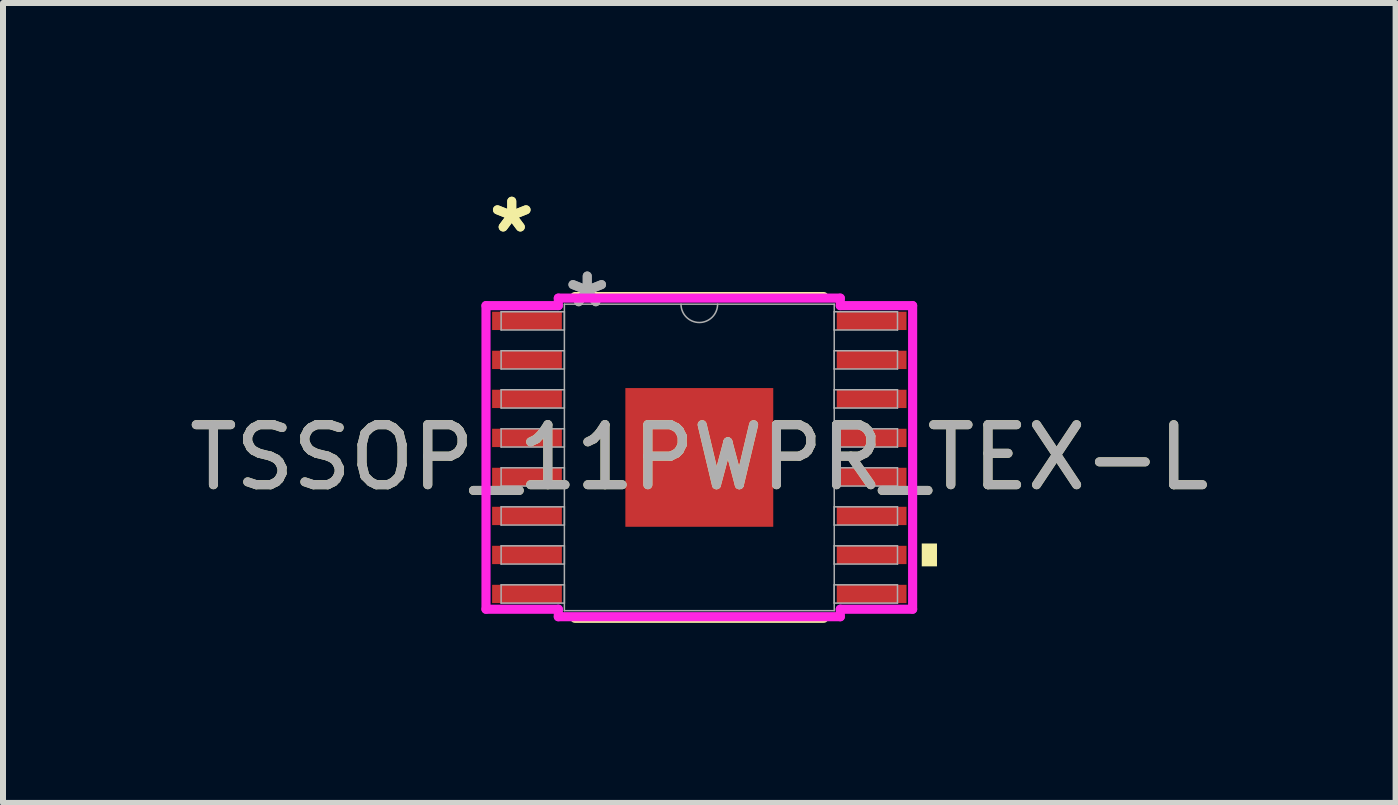
<source format=kicad_pcb>
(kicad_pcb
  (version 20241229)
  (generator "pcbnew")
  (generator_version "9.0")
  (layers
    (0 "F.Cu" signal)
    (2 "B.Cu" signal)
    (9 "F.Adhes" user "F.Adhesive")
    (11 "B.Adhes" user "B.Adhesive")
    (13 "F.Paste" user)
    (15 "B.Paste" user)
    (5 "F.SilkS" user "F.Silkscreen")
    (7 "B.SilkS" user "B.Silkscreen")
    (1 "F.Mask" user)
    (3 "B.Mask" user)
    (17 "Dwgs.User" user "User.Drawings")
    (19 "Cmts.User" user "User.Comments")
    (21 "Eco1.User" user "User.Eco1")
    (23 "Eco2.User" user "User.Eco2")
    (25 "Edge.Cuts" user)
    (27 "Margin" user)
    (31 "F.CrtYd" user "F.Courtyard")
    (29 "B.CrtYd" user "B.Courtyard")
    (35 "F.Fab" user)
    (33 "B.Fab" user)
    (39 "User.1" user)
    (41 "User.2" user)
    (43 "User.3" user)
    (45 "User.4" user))
  (footprint "TSSOP_11PWPR_TEX-L"
    (layer "F.Cu")
    (at 8.601 4.571)
    (property "Reference" "TSSOP_11PWPR_TEX-L" (at 0 0 0) (unlocked yes) (layer "F.SilkS") (effects (font (size 1 1) (thickness 0.15))))
    (attr smd)
    (fp_line (start -2.073 2.68) (end 2.073 2.68) (stroke (width 0.152) (type solid)) (layer "F.SilkS"))
    (fp_line (start 2.073 -2.68) (end -2.073 -2.68) (stroke (width 0.152) (type solid)) (layer "F.SilkS"))
    (fp_poly (pts (xy 3.96 1.434) (xy 3.96 1.815) (xy 3.706 1.815) (xy 3.706 1.434)) (stroke (width 0) (type solid)) (fill yes) (layer "F.SilkS"))
    (fp_line (start -3.554 -2.529) (end -2.349 -2.529) (stroke (width 0.152) (type solid)) (layer "F.CrtYd"))
    (fp_line (start -3.554 2.529) (end -3.554 -2.529) (stroke (width 0.152) (type solid)) (layer "F.CrtYd"))
    (fp_line (start -3.554 2.529) (end -2.349 2.529) (stroke (width 0.152) (type solid)) (layer "F.CrtYd"))
    (fp_line (start -2.349 -2.654) (end 2.349 -2.654) (stroke (width 0.152) (type solid)) (layer "F.CrtYd"))
    (fp_line (start -2.349 -2.529) (end -2.349 -2.654) (stroke (width 0.152) (type solid)) (layer "F.CrtYd"))
    (fp_line (start -2.349 2.654) (end -2.349 2.529) (stroke (width 0.152) (type solid)) (layer "F.CrtYd"))
    (fp_line (start 2.349 -2.654) (end 2.349 -2.529) (stroke (width 0.152) (type solid)) (layer "F.CrtYd"))
    (fp_line (start 2.349 2.529) (end 2.349 2.654) (stroke (width 0.152) (type solid)) (layer "F.CrtYd"))
    (fp_line (start 2.349 2.654) (end -2.349 2.654) (stroke (width 0.152) (type solid)) (layer "F.CrtYd"))
    (fp_line (start 3.554 -2.529) (end 2.349 -2.529) (stroke (width 0.152) (type solid)) (layer "F.CrtYd"))
    (fp_line (start 3.554 -2.529) (end 3.554 2.529) (stroke (width 0.152) (type solid)) (layer "F.CrtYd"))
    (fp_line (start 3.554 2.529) (end 2.349 2.529) (stroke (width 0.152) (type solid)) (layer "F.CrtYd"))
    (fp_line (start -3.302 -2.427) (end -3.302 -2.123) (stroke (width 0.025) (type solid)) (layer "F.Fab"))
    (fp_line (start -3.302 -2.123) (end -2.248 -2.123) (stroke (width 0.025) (type solid)) (layer "F.Fab"))
    (fp_line (start -3.302 -1.777) (end -3.302 -1.473) (stroke (width 0.025) (type solid)) (layer "F.Fab"))
    (fp_line (start -3.302 -1.473) (end -2.248 -1.473) (stroke (width 0.025) (type solid)) (layer "F.Fab"))
    (fp_line (start -3.302 -1.127) (end -3.302 -0.823) (stroke (width 0.025) (type solid)) (layer "F.Fab"))
    (fp_line (start -3.302 -0.823) (end -2.248 -0.823) (stroke (width 0.025) (type solid)) (layer "F.Fab"))
    (fp_line (start -3.302 -0.477) (end -3.302 -0.173) (stroke (width 0.025) (type solid)) (layer "F.Fab"))
    (fp_line (start -3.302 -0.173) (end -2.248 -0.173) (stroke (width 0.025) (type solid)) (layer "F.Fab"))
    (fp_line (start -3.302 0.173) (end -3.302 0.477) (stroke (width 0.025) (type solid)) (layer "F.Fab"))
    (fp_line (start -3.302 0.477) (end -2.248 0.477) (stroke (width 0.025) (type solid)) (layer "F.Fab"))
    (fp_line (start -3.302 0.823) (end -3.302 1.127) (stroke (width 0.025) (type solid)) (layer "F.Fab"))
    (fp_line (start -3.302 1.127) (end -2.248 1.127) (stroke (width 0.025) (type solid)) (layer "F.Fab"))
    (fp_line (start -3.302 1.473) (end -3.302 1.777) (stroke (width 0.025) (type solid)) (layer "F.Fab"))
    (fp_line (start -3.302 1.777) (end -2.248 1.777) (stroke (width 0.025) (type solid)) (layer "F.Fab"))
    (fp_line (start -3.302 2.123) (end -3.302 2.427) (stroke (width 0.025) (type solid)) (layer "F.Fab"))
    (fp_line (start -3.302 2.427) (end -2.248 2.427) (stroke (width 0.025) (type solid)) (layer "F.Fab"))
    (fp_line (start -2.248 -2.553) (end -2.248 2.553) (stroke (width 0.025) (type solid)) (layer "F.Fab"))
    (fp_line (start -2.248 -2.427) (end -3.302 -2.427) (stroke (width 0.025) (type solid)) (layer "F.Fab"))
    (fp_line (start -2.248 -2.123) (end -2.248 -2.427) (stroke (width 0.025) (type solid)) (layer "F.Fab"))
    (fp_line (start -2.248 -1.777) (end -3.302 -1.777) (stroke (width 0.025) (type solid)) (layer "F.Fab"))
    (fp_line (start -2.248 -1.473) (end -2.248 -1.777) (stroke (width 0.025) (type solid)) (layer "F.Fab"))
    (fp_line (start -2.248 -1.127) (end -3.302 -1.127) (stroke (width 0.025) (type solid)) (layer "F.Fab"))
    (fp_line (start -2.248 -0.823) (end -2.248 -1.127) (stroke (width 0.025) (type solid)) (layer "F.Fab"))
    (fp_line (start -2.248 -0.477) (end -3.302 -0.477) (stroke (width 0.025) (type solid)) (layer "F.Fab"))
    (fp_line (start -2.248 -0.173) (end -2.248 -0.477) (stroke (width 0.025) (type solid)) (layer "F.Fab"))
    (fp_line (start -2.248 0.173) (end -3.302 0.173) (stroke (width 0.025) (type solid)) (layer "F.Fab"))
    (fp_line (start -2.248 0.477) (end -2.248 0.173) (stroke (width 0.025) (type solid)) (layer "F.Fab"))
    (fp_line (start -2.248 0.823) (end -3.302 0.823) (stroke (width 0.025) (type solid)) (layer "F.Fab"))
    (fp_line (start -2.248 1.127) (end -2.248 0.823) (stroke (width 0.025) (type solid)) (layer "F.Fab"))
    (fp_line (start -2.248 1.473) (end -3.302 1.473) (stroke (width 0.025) (type solid)) (layer "F.Fab"))
    (fp_line (start -2.248 1.777) (end -2.248 1.473) (stroke (width 0.025) (type solid)) (layer "F.Fab"))
    (fp_line (start -2.248 2.123) (end -3.302 2.123) (stroke (width 0.025) (type solid)) (layer "F.Fab"))
    (fp_line (start -2.248 2.427) (end -2.248 2.123) (stroke (width 0.025) (type solid)) (layer "F.Fab"))
    (fp_line (start -2.248 2.553) (end 2.248 2.553) (stroke (width 0.025) (type solid)) (layer "F.Fab"))
    (fp_line (start 2.248 -2.553) (end -2.248 -2.553) (stroke (width 0.025) (type solid)) (layer "F.Fab"))
    (fp_line (start 2.248 -2.427) (end 2.248 -2.123) (stroke (width 0.025) (type solid)) (layer "F.Fab"))
    (fp_line (start 2.248 -2.123) (end 3.302 -2.123) (stroke (width 0.025) (type solid)) (layer "F.Fab"))
    (fp_line (start 2.248 -1.777) (end 2.248 -1.473) (stroke (width 0.025) (type solid)) (layer "F.Fab"))
    (fp_line (start 2.248 -1.473) (end 3.302 -1.473) (stroke (width 0.025) (type solid)) (layer "F.Fab"))
    (fp_line (start 2.248 -1.127) (end 2.248 -0.823) (stroke (width 0.025) (type solid)) (layer "F.Fab"))
    (fp_line (start 2.248 -0.823) (end 3.302 -0.823) (stroke (width 0.025) (type solid)) (layer "F.Fab"))
    (fp_line (start 2.248 -0.477) (end 2.248 -0.173) (stroke (width 0.025) (type solid)) (layer "F.Fab"))
    (fp_line (start 2.248 -0.173) (end 3.302 -0.173) (stroke (width 0.025) (type solid)) (layer "F.Fab"))
    (fp_line (start 2.248 0.173) (end 2.248 0.477) (stroke (width 0.025) (type solid)) (layer "F.Fab"))
    (fp_line (start 2.248 0.477) (end 3.302 0.477) (stroke (width 0.025) (type solid)) (layer "F.Fab"))
    (fp_line (start 2.248 0.823) (end 2.248 1.127) (stroke (width 0.025) (type solid)) (layer "F.Fab"))
    (fp_line (start 2.248 1.127) (end 3.302 1.127) (stroke (width 0.025) (type solid)) (layer "F.Fab"))
    (fp_line (start 2.248 1.473) (end 2.248 1.777) (stroke (width 0.025) (type solid)) (layer "F.Fab"))
    (fp_line (start 2.248 1.777) (end 3.302 1.777) (stroke (width 0.025) (type solid)) (layer "F.Fab"))
    (fp_line (start 2.248 2.123) (end 2.248 2.427) (stroke (width 0.025) (type solid)) (layer "F.Fab"))
    (fp_line (start 2.248 2.427) (end 3.302 2.427) (stroke (width 0.025) (type solid)) (layer "F.Fab"))
    (fp_line (start 2.248 2.553) (end 2.248 -2.553) (stroke (width 0.025) (type solid)) (layer "F.Fab"))
    (fp_line (start 3.302 -2.427) (end 2.248 -2.427) (stroke (width 0.025) (type solid)) (layer "F.Fab"))
    (fp_line (start 3.302 -2.123) (end 3.302 -2.427) (stroke (width 0.025) (type solid)) (layer "F.Fab"))
    (fp_line (start 3.302 -1.777) (end 2.248 -1.777) (stroke (width 0.025) (type solid)) (layer "F.Fab"))
    (fp_line (start 3.302 -1.473) (end 3.302 -1.777) (stroke (width 0.025) (type solid)) (layer "F.Fab"))
    (fp_line (start 3.302 -1.127) (end 2.248 -1.127) (stroke (width 0.025) (type solid)) (layer "F.Fab"))
    (fp_line (start 3.302 -0.823) (end 3.302 -1.127) (stroke (width 0.025) (type solid)) (layer "F.Fab"))
    (fp_line (start 3.302 -0.477) (end 2.248 -0.477) (stroke (width 0.025) (type solid)) (layer "F.Fab"))
    (fp_line (start 3.302 -0.173) (end 3.302 -0.477) (stroke (width 0.025) (type solid)) (layer "F.Fab"))
    (fp_line (start 3.302 0.173) (end 2.248 0.173) (stroke (width 0.025) (type solid)) (layer "F.Fab"))
    (fp_line (start 3.302 0.477) (end 3.302 0.173) (stroke (width 0.025) (type solid)) (layer "F.Fab"))
    (fp_line (start 3.302 0.823) (end 2.248 0.823) (stroke (width 0.025) (type solid)) (layer "F.Fab"))
    (fp_line (start 3.302 1.127) (end 3.302 0.823) (stroke (width 0.025) (type solid)) (layer "F.Fab"))
    (fp_line (start 3.302 1.473) (end 2.248 1.473) (stroke (width 0.025) (type solid)) (layer "F.Fab"))
    (fp_line (start 3.302 1.777) (end 3.302 1.473) (stroke (width 0.025) (type solid)) (layer "F.Fab"))
    (fp_line (start 3.302 2.123) (end 2.248 2.123) (stroke (width 0.025) (type solid)) (layer "F.Fab"))
    (fp_line (start 3.302 2.427) (end 3.302 2.123) (stroke (width 0.025) (type solid)) (layer "F.Fab"))
    (fp_arc (start 0.3048 -2.5527) (mid 0 -2.2479) (end -0.3048 -2.5527) (stroke (width 0.0254) (type solid)) (layer "F.Fab"))
    (fp_text user "*" (at -3.125 -3.723 0) (unlocked yes) (layer "F.SilkS") (effects (font (size 1 1) (thickness 0.15))))
    (fp_text user "*" (at -3.125 -3.723 0) (layer "F.SilkS") (effects (font (size 1 1) (thickness 0.15))))
    (fp_text user "*" (at -1.867 -2.477 0) (layer "F.Fab") (effects (font (size 1 1) (thickness 0.15))))
    (fp_text user "${REFERENCE}" (at 0 0 0) (unlocked yes) (layer "F.Fab") (effects (font (size 1 1) (thickness 0.15))))
    (fp_text user "*" (at -1.867 -2.477 0) (unlocked yes) (layer "F.Fab") (effects (font (size 1 1) (thickness 0.15))))
    (pad "1" smd rect (at -2.871 -2.275) (size 1.162 0.305) (layers "F.Cu" "F.Mask" "F.Paste"))
    (pad "2" smd rect (at -2.871 -1.625) (size 1.162 0.305) (layers "F.Cu" "F.Mask" "F.Paste"))
    (pad "3" smd rect (at -2.871 -0.975) (size 1.162 0.305) (layers "F.Cu" "F.Mask" "F.Paste"))
    (pad "4" smd rect (at -2.871 -0.325) (size 1.162 0.305) (layers "F.Cu" "F.Mask" "F.Paste"))
    (pad "5" smd rect (at -2.871 0.325) (size 1.162 0.305) (layers "F.Cu" "F.Mask" "F.Paste"))
    (pad "6" smd rect (at -2.871 0.975) (size 1.162 0.305) (layers "F.Cu" "F.Mask" "F.Paste"))
    (pad "7" smd rect (at -2.871 1.625) (size 1.162 0.305) (layers "F.Cu" "F.Mask" "F.Paste"))
    (pad "8" smd rect (at -2.871 2.275) (size 1.162 0.305) (layers "F.Cu" "F.Mask" "F.Paste"))
    (pad "9" smd rect (at 2.871 2.275) (size 1.162 0.305) (layers "F.Cu" "F.Mask" "F.Paste"))
    (pad "10" smd rect (at 2.871 1.625) (size 1.162 0.305) (layers "F.Cu" "F.Mask" "F.Paste"))
    (pad "11" smd rect (at 2.871 0.975) (size 1.162 0.305) (layers "F.Cu" "F.Mask" "F.Paste"))
    (pad "12" smd rect (at 2.871 0.325) (size 1.162 0.305) (layers "F.Cu" "F.Mask" "F.Paste"))
    (pad "13" smd rect (at 2.871 -0.325) (size 1.162 0.305) (layers "F.Cu" "F.Mask" "F.Paste"))
    (pad "14" smd rect (at 2.871 -0.975) (size 1.162 0.305) (layers "F.Cu" "F.Mask" "F.Paste"))
    (pad "15" smd rect (at 2.871 -1.625) (size 1.162 0.305) (layers "F.Cu" "F.Mask" "F.Paste"))
    (pad "16" smd rect (at 2.871 -2.275) (size 1.162 0.305) (layers "F.Cu" "F.Mask" "F.Paste"))
    (pad "EPAD" smd rect (at 0 0) (size 2.464 2.311) (layers "F.Cu" "F.Mask" "F.Paste")))
  (gr_rect
    (start -3 -3)
    (end 20.202 10.327)
    (stroke (width 0.1) (type default))
    (fill no)
    (layer "Edge.Cuts")))
</source>
